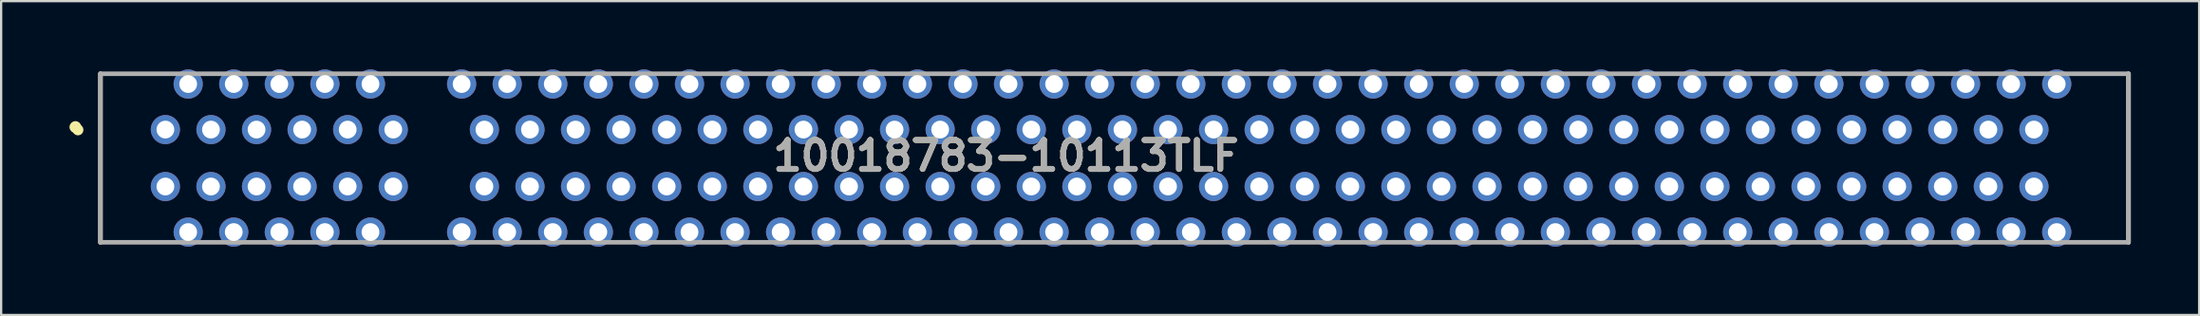
<source format=kicad_pcb>
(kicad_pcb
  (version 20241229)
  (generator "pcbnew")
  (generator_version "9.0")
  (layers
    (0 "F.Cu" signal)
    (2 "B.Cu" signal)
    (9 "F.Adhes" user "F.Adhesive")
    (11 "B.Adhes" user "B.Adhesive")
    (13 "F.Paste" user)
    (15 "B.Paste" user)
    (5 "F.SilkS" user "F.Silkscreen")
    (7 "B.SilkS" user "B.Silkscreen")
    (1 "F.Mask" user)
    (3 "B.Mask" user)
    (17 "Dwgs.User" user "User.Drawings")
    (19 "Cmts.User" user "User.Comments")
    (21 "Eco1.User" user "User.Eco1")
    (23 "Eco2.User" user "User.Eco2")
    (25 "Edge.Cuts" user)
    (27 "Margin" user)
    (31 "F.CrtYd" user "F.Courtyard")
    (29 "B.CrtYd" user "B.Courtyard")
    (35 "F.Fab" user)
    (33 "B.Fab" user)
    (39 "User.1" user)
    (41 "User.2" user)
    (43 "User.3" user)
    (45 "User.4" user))
  (footprint "10018783-10113TLF"
    (layer "F.Cu")
    (at 15.858 3.89)
    (property "Reference" "10018783-10113TLF" (at 25.24 -0.097 0) (layer "F.SilkS") (effects (font (size 1.27 1.27) (thickness 0.254))))
    (attr through_hole)
    (fp_line (start -14.5 -3.7) (end -14.5 3.7) (stroke (width 0.2) (type solid)) (layer "F.SilkS"))
    (fp_line (start 74.5 -3.7) (end 74.5 3.7) (stroke (width 0.2) (type solid)) (layer "F.SilkS"))
    (fp_circle (center -15.598 -1.36) (end -15.598 -1.2) (stroke (width 0.2) (type solid)) (fill no) (layer "F.SilkS"))
    (fp_circle (center -15.488 -1.238) (end -15.488 -1.196) (stroke (width 0.2) (type solid)) (fill no) (layer "F.SilkS"))
    (fp_line (start -14.5 -3.7) (end 74.5 -3.7) (stroke (width 0.2) (type solid)) (layer "F.Fab"))
    (fp_line (start -14.5 3.7) (end -14.5 -3.7) (stroke (width 0.2) (type solid)) (layer "F.Fab"))
    (fp_line (start 74.5 -3.7) (end 74.5 3.7) (stroke (width 0.2) (type solid)) (layer "F.Fab"))
    (fp_line (start 74.5 3.7) (end -14.5 3.7) (stroke (width 0.2) (type solid)) (layer "F.Fab"))
    (fp_text user "${REFERENCE}" (at 25.24 -0.097 0) (layer "F.Fab") (effects (font (size 1.27 1.27) (thickness 0.254))))
    (pad "" np_thru_hole circle (at 0 0) (size 0.001 0.001) (drill 2.4) (layers "*.Cu" "*.Mask"))
    (pad "" np_thru_hole circle (at 73.15 0) (size 0.001 0.001) (drill 2.4) (layers "*.Cu" "*.Mask"))
    (pad "A1" thru_hole circle (at -11.65 -1.25) (size 1.28 1.28) (drill 0.78) (layers "*.Cu" "*.Mask"))
    (pad "A2" thru_hole circle (at -10.65 -3.25) (size 1.28 1.28) (drill 0.78) (layers "*.Cu" "*.Mask"))
    (pad "A3" thru_hole circle (at -9.65 -1.25) (size 1.28 1.28) (drill 0.78) (layers "*.Cu" "*.Mask"))
    (pad "A4" thru_hole circle (at -8.65 -3.25) (size 1.28 1.28) (drill 0.78) (layers "*.Cu" "*.Mask"))
    (pad "A5" thru_hole circle (at -7.65 -1.25) (size 1.28 1.28) (drill 0.78) (layers "*.Cu" "*.Mask"))
    (pad "A6" thru_hole circle (at -6.65 -3.25) (size 1.28 1.28) (drill 0.78) (layers "*.Cu" "*.Mask"))
    (pad "A7" thru_hole circle (at -5.65 -1.25) (size 1.28 1.28) (drill 0.78) (layers "*.Cu" "*.Mask"))
    (pad "A8" thru_hole circle (at -4.65 -3.25) (size 1.28 1.28) (drill 0.78) (layers "*.Cu" "*.Mask"))
    (pad "A9" thru_hole circle (at -3.65 -1.25) (size 1.28 1.28) (drill 0.78) (layers "*.Cu" "*.Mask"))
    (pad "A10" thru_hole circle (at -2.65 -3.25) (size 1.28 1.28) (drill 0.78) (layers "*.Cu" "*.Mask"))
    (pad "A11" thru_hole circle (at -1.65 -1.25) (size 1.28 1.28) (drill 0.78) (layers "*.Cu" "*.Mask"))
    (pad "A12" thru_hole circle (at 1.35 -3.25) (size 1.28 1.28) (drill 0.78) (layers "*.Cu" "*.Mask"))
    (pad "A13" thru_hole circle (at 2.35 -1.25) (size 1.28 1.28) (drill 0.78) (layers "*.Cu" "*.Mask"))
    (pad "A14" thru_hole circle (at 3.35 -3.25) (size 1.28 1.28) (drill 0.78) (layers "*.Cu" "*.Mask"))
    (pad "A15" thru_hole circle (at 4.35 -1.25) (size 1.28 1.28) (drill 0.78) (layers "*.Cu" "*.Mask"))
    (pad "A16" thru_hole circle (at 5.35 -3.25) (size 1.28 1.28) (drill 0.78) (layers "*.Cu" "*.Mask"))
    (pad "A17" thru_hole circle (at 6.35 -1.25) (size 1.28 1.28) (drill 0.78) (layers "*.Cu" "*.Mask"))
    (pad "A18" thru_hole circle (at 7.35 -3.25) (size 1.28 1.28) (drill 0.78) (layers "*.Cu" "*.Mask"))
    (pad "A19" thru_hole circle (at 8.35 -1.25) (size 1.28 1.28) (drill 0.78) (layers "*.Cu" "*.Mask"))
    (pad "A20" thru_hole circle (at 9.35 -3.25) (size 1.28 1.28) (drill 0.78) (layers "*.Cu" "*.Mask"))
    (pad "A21" thru_hole circle (at 10.35 -1.25) (size 1.28 1.28) (drill 0.78) (layers "*.Cu" "*.Mask"))
    (pad "A22" thru_hole circle (at 11.35 -3.25) (size 1.28 1.28) (drill 0.78) (layers "*.Cu" "*.Mask"))
    (pad "A23" thru_hole circle (at 12.35 -1.25) (size 1.28 1.28) (drill 0.78) (layers "*.Cu" "*.Mask"))
    (pad "A24" thru_hole circle (at 13.35 -3.25) (size 1.28 1.28) (drill 0.78) (layers "*.Cu" "*.Mask"))
    (pad "A25" thru_hole circle (at 14.35 -1.25) (size 1.28 1.28) (drill 0.78) (layers "*.Cu" "*.Mask"))
    (pad "A26" thru_hole circle (at 15.35 -3.25) (size 1.28 1.28) (drill 0.78) (layers "*.Cu" "*.Mask"))
    (pad "A27" thru_hole circle (at 16.35 -1.25) (size 1.28 1.28) (drill 0.78) (layers "*.Cu" "*.Mask"))
    (pad "A28" thru_hole circle (at 17.35 -3.25) (size 1.28 1.28) (drill 0.78) (layers "*.Cu" "*.Mask"))
    (pad "A29" thru_hole circle (at 18.35 -1.25) (size 1.28 1.28) (drill 0.78) (layers "*.Cu" "*.Mask"))
    (pad "A30" thru_hole circle (at 19.35 -3.25) (size 1.28 1.28) (drill 0.78) (layers "*.Cu" "*.Mask"))
    (pad "A31" thru_hole circle (at 20.35 -1.25) (size 1.28 1.28) (drill 0.78) (layers "*.Cu" "*.Mask"))
    (pad "A32" thru_hole circle (at 21.35 -3.25) (size 1.28 1.28) (drill 0.78) (layers "*.Cu" "*.Mask"))
    (pad "A33" thru_hole circle (at 22.35 -1.25) (size 1.28 1.28) (drill 0.78) (layers "*.Cu" "*.Mask"))
    (pad "A34" thru_hole circle (at 23.35 -3.25) (size 1.28 1.28) (drill 0.78) (layers "*.Cu" "*.Mask"))
    (pad "A35" thru_hole circle (at 24.35 -1.25) (size 1.28 1.28) (drill 0.78) (layers "*.Cu" "*.Mask"))
    (pad "A36" thru_hole circle (at 25.35 -3.25) (size 1.28 1.28) (drill 0.78) (layers "*.Cu" "*.Mask"))
    (pad "A37" thru_hole circle (at 26.35 -1.25) (size 1.28 1.28) (drill 0.78) (layers "*.Cu" "*.Mask"))
    (pad "A38" thru_hole circle (at 27.35 -3.25) (size 1.28 1.28) (drill 0.78) (layers "*.Cu" "*.Mask"))
    (pad "A39" thru_hole circle (at 28.35 -1.25) (size 1.28 1.28) (drill 0.78) (layers "*.Cu" "*.Mask"))
    (pad "A40" thru_hole circle (at 29.35 -3.25) (size 1.28 1.28) (drill 0.78) (layers "*.Cu" "*.Mask"))
    (pad "A41" thru_hole circle (at 30.35 -1.25) (size 1.28 1.28) (drill 0.78) (layers "*.Cu" "*.Mask"))
    (pad "A42" thru_hole circle (at 31.35 -3.25) (size 1.28 1.28) (drill 0.78) (layers "*.Cu" "*.Mask"))
    (pad "A43" thru_hole circle (at 32.35 -1.25) (size 1.28 1.28) (drill 0.78) (layers "*.Cu" "*.Mask"))
    (pad "A44" thru_hole circle (at 33.35 -3.25) (size 1.28 1.28) (drill 0.78) (layers "*.Cu" "*.Mask"))
    (pad "A45" thru_hole circle (at 34.35 -1.25) (size 1.28 1.28) (drill 0.78) (layers "*.Cu" "*.Mask"))
    (pad "A46" thru_hole circle (at 35.35 -3.25) (size 1.28 1.28) (drill 0.78) (layers "*.Cu" "*.Mask"))
    (pad "A47" thru_hole circle (at 36.35 -1.25) (size 1.28 1.28) (drill 0.78) (layers "*.Cu" "*.Mask"))
    (pad "A48" thru_hole circle (at 37.35 -3.25) (size 1.28 1.28) (drill 0.78) (layers "*.Cu" "*.Mask"))
    (pad "A49" thru_hole circle (at 38.35 -1.25) (size 1.28 1.28) (drill 0.78) (layers "*.Cu" "*.Mask"))
    (pad "A50" thru_hole circle (at 39.35 -3.25) (size 1.28 1.28) (drill 0.78) (layers "*.Cu" "*.Mask"))
    (pad "A51" thru_hole circle (at 40.35 -1.25) (size 1.28 1.28) (drill 0.78) (layers "*.Cu" "*.Mask"))
    (pad "A52" thru_hole circle (at 41.35 -3.25) (size 1.28 1.28) (drill 0.78) (layers "*.Cu" "*.Mask"))
    (pad "A53" thru_hole circle (at 42.35 -1.25) (size 1.28 1.28) (drill 0.78) (layers "*.Cu" "*.Mask"))
    (pad "A54" thru_hole circle (at 43.35 -3.25) (size 1.28 1.28) (drill 0.78) (layers "*.Cu" "*.Mask"))
    (pad "A55" thru_hole circle (at 44.35 -1.25) (size 1.28 1.28) (drill 0.78) (layers "*.Cu" "*.Mask"))
    (pad "A56" thru_hole circle (at 45.35 -3.25) (size 1.28 1.28) (drill 0.78) (layers "*.Cu" "*.Mask"))
    (pad "A57" thru_hole circle (at 46.35 -1.25) (size 1.28 1.28) (drill 0.78) (layers "*.Cu" "*.Mask"))
    (pad "A58" thru_hole circle (at 47.35 -3.25) (size 1.28 1.28) (drill 0.78) (layers "*.Cu" "*.Mask"))
    (pad "A59" thru_hole circle (at 48.35 -1.25) (size 1.28 1.28) (drill 0.78) (layers "*.Cu" "*.Mask"))
    (pad "A60" thru_hole circle (at 49.35 -3.25) (size 1.28 1.28) (drill 0.78) (layers "*.Cu" "*.Mask"))
    (pad "A61" thru_hole circle (at 50.35 -1.25) (size 1.28 1.28) (drill 0.78) (layers "*.Cu" "*.Mask"))
    (pad "A62" thru_hole circle (at 51.35 -3.25) (size 1.28 1.28) (drill 0.78) (layers "*.Cu" "*.Mask"))
    (pad "A63" thru_hole circle (at 52.35 -1.25) (size 1.28 1.28) (drill 0.78) (layers "*.Cu" "*.Mask"))
    (pad "A64" thru_hole circle (at 53.35 -3.25) (size 1.28 1.28) (drill 0.78) (layers "*.Cu" "*.Mask"))
    (pad "A65" thru_hole circle (at 54.35 -1.25) (size 1.28 1.28) (drill 0.78) (layers "*.Cu" "*.Mask"))
    (pad "A66" thru_hole circle (at 55.35 -3.25) (size 1.28 1.28) (drill 0.78) (layers "*.Cu" "*.Mask"))
    (pad "A67" thru_hole circle (at 56.35 -1.25) (size 1.28 1.28) (drill 0.78) (layers "*.Cu" "*.Mask"))
    (pad "A68" thru_hole circle (at 57.35 -3.25) (size 1.28 1.28) (drill 0.78) (layers "*.Cu" "*.Mask"))
    (pad "A69" thru_hole circle (at 58.35 -1.25) (size 1.28 1.28) (drill 0.78) (layers "*.Cu" "*.Mask"))
    (pad "A70" thru_hole circle (at 59.35 -3.25) (size 1.28 1.28) (drill 0.78) (layers "*.Cu" "*.Mask"))
    (pad "A71" thru_hole circle (at 60.35 -1.25) (size 1.28 1.28) (drill 0.78) (layers "*.Cu" "*.Mask"))
    (pad "A72" thru_hole circle (at 61.35 -3.25) (size 1.28 1.28) (drill 0.78) (layers "*.Cu" "*.Mask"))
    (pad "A73" thru_hole circle (at 62.35 -1.25) (size 1.28 1.28) (drill 0.78) (layers "*.Cu" "*.Mask"))
    (pad "A74" thru_hole circle (at 63.35 -3.25) (size 1.28 1.28) (drill 0.78) (layers "*.Cu" "*.Mask"))
    (pad "A75" thru_hole circle (at 64.35 -1.25) (size 1.28 1.28) (drill 0.78) (layers "*.Cu" "*.Mask"))
    (pad "A76" thru_hole circle (at 65.35 -3.25) (size 1.28 1.28) (drill 0.78) (layers "*.Cu" "*.Mask"))
    (pad "A77" thru_hole circle (at 66.35 -1.25) (size 1.28 1.28) (drill 0.78) (layers "*.Cu" "*.Mask"))
    (pad "A78" thru_hole circle (at 67.35 -3.25) (size 1.28 1.28) (drill 0.78) (layers "*.Cu" "*.Mask"))
    (pad "A79" thru_hole circle (at 68.35 -1.25) (size 1.28 1.28) (drill 0.78) (layers "*.Cu" "*.Mask"))
    (pad "A80" thru_hole circle (at 69.35 -3.25) (size 1.28 1.28) (drill 0.78) (layers "*.Cu" "*.Mask"))
    (pad "A81" thru_hole circle (at 70.35 -1.25) (size 1.28 1.28) (drill 0.78) (layers "*.Cu" "*.Mask"))
    (pad "A82" thru_hole circle (at 71.35 -3.25) (size 1.28 1.28) (drill 0.78) (layers "*.Cu" "*.Mask"))
    (pad "B1" thru_hole circle (at -11.65 1.25) (size 1.28 1.28) (drill 0.78) (layers "*.Cu" "*.Mask"))
    (pad "B2" thru_hole circle (at -10.65 3.25) (size 1.28 1.28) (drill 0.78) (layers "*.Cu" "*.Mask"))
    (pad "B3" thru_hole circle (at -9.65 1.25) (size 1.28 1.28) (drill 0.78) (layers "*.Cu" "*.Mask"))
    (pad "B4" thru_hole circle (at -8.65 3.25) (size 1.28 1.28) (drill 0.78) (layers "*.Cu" "*.Mask"))
    (pad "B5" thru_hole circle (at -7.65 1.25) (size 1.28 1.28) (drill 0.78) (layers "*.Cu" "*.Mask"))
    (pad "B6" thru_hole circle (at -6.65 3.25) (size 1.28 1.28) (drill 0.78) (layers "*.Cu" "*.Mask"))
    (pad "B7" thru_hole circle (at -5.65 1.25) (size 1.28 1.28) (drill 0.78) (layers "*.Cu" "*.Mask"))
    (pad "B8" thru_hole circle (at -4.65 3.25) (size 1.28 1.28) (drill 0.78) (layers "*.Cu" "*.Mask"))
    (pad "B9" thru_hole circle (at -3.65 1.25) (size 1.28 1.28) (drill 0.78) (layers "*.Cu" "*.Mask"))
    (pad "B10" thru_hole circle (at -2.65 3.25) (size 1.28 1.28) (drill 0.78) (layers "*.Cu" "*.Mask"))
    (pad "B11" thru_hole circle (at -1.65 1.25) (size 1.28 1.28) (drill 0.78) (layers "*.Cu" "*.Mask"))
    (pad "B12" thru_hole circle (at 1.35 3.25) (size 1.28 1.28) (drill 0.78) (layers "*.Cu" "*.Mask"))
    (pad "B13" thru_hole circle (at 2.35 1.25) (size 1.28 1.28) (drill 0.78) (layers "*.Cu" "*.Mask"))
    (pad "B14" thru_hole circle (at 3.35 3.25) (size 1.28 1.28) (drill 0.78) (layers "*.Cu" "*.Mask"))
    (pad "B15" thru_hole circle (at 4.35 1.25) (size 1.28 1.28) (drill 0.78) (layers "*.Cu" "*.Mask"))
    (pad "B16" thru_hole circle (at 5.35 3.25) (size 1.28 1.28) (drill 0.78) (layers "*.Cu" "*.Mask"))
    (pad "B17" thru_hole circle (at 6.35 1.25) (size 1.28 1.28) (drill 0.78) (layers "*.Cu" "*.Mask"))
    (pad "B18" thru_hole circle (at 7.35 3.25) (size 1.28 1.28) (drill 0.78) (layers "*.Cu" "*.Mask"))
    (pad "B19" thru_hole circle (at 8.35 1.25) (size 1.28 1.28) (drill 0.78) (layers "*.Cu" "*.Mask"))
    (pad "B20" thru_hole circle (at 9.35 3.25) (size 1.28 1.28) (drill 0.78) (layers "*.Cu" "*.Mask"))
    (pad "B21" thru_hole circle (at 10.35 1.25) (size 1.28 1.28) (drill 0.78) (layers "*.Cu" "*.Mask"))
    (pad "B22" thru_hole circle (at 11.35 3.25) (size 1.28 1.28) (drill 0.78) (layers "*.Cu" "*.Mask"))
    (pad "B23" thru_hole circle (at 12.35 1.25) (size 1.28 1.28) (drill 0.78) (layers "*.Cu" "*.Mask"))
    (pad "B24" thru_hole circle (at 13.35 3.25) (size 1.28 1.28) (drill 0.78) (layers "*.Cu" "*.Mask"))
    (pad "B25" thru_hole circle (at 14.35 1.25) (size 1.28 1.28) (drill 0.78) (layers "*.Cu" "*.Mask"))
    (pad "B26" thru_hole circle (at 15.35 3.25) (size 1.28 1.28) (drill 0.78) (layers "*.Cu" "*.Mask"))
    (pad "B27" thru_hole circle (at 16.35 1.25) (size 1.28 1.28) (drill 0.78) (layers "*.Cu" "*.Mask"))
    (pad "B28" thru_hole circle (at 17.35 3.25) (size 1.28 1.28) (drill 0.78) (layers "*.Cu" "*.Mask"))
    (pad "B29" thru_hole circle (at 18.35 1.25) (size 1.28 1.28) (drill 0.78) (layers "*.Cu" "*.Mask"))
    (pad "B30" thru_hole circle (at 19.35 3.25) (size 1.28 1.28) (drill 0.78) (layers "*.Cu" "*.Mask"))
    (pad "B31" thru_hole circle (at 20.35 1.25) (size 1.28 1.28) (drill 0.78) (layers "*.Cu" "*.Mask"))
    (pad "B32" thru_hole circle (at 21.35 3.25) (size 1.28 1.28) (drill 0.78) (layers "*.Cu" "*.Mask"))
    (pad "B33" thru_hole circle (at 22.35 1.25) (size 1.28 1.28) (drill 0.78) (layers "*.Cu" "*.Mask"))
    (pad "B34" thru_hole circle (at 23.35 3.25) (size 1.28 1.28) (drill 0.78) (layers "*.Cu" "*.Mask"))
    (pad "B35" thru_hole circle (at 24.35 1.25) (size 1.28 1.28) (drill 0.78) (layers "*.Cu" "*.Mask"))
    (pad "B36" thru_hole circle (at 25.35 3.25) (size 1.28 1.28) (drill 0.78) (layers "*.Cu" "*.Mask"))
    (pad "B37" thru_hole circle (at 26.35 1.25) (size 1.28 1.28) (drill 0.78) (layers "*.Cu" "*.Mask"))
    (pad "B38" thru_hole circle (at 27.35 3.25) (size 1.28 1.28) (drill 0.78) (layers "*.Cu" "*.Mask"))
    (pad "B39" thru_hole circle (at 28.35 1.25) (size 1.28 1.28) (drill 0.78) (layers "*.Cu" "*.Mask"))
    (pad "B40" thru_hole circle (at 29.35 3.25) (size 1.28 1.28) (drill 0.78) (layers "*.Cu" "*.Mask"))
    (pad "B41" thru_hole circle (at 30.35 1.25) (size 1.28 1.28) (drill 0.78) (layers "*.Cu" "*.Mask"))
    (pad "B42" thru_hole circle (at 31.35 3.25) (size 1.28 1.28) (drill 0.78) (layers "*.Cu" "*.Mask"))
    (pad "B43" thru_hole circle (at 32.35 1.25) (size 1.28 1.28) (drill 0.78) (layers "*.Cu" "*.Mask"))
    (pad "B44" thru_hole circle (at 33.35 3.25) (size 1.28 1.28) (drill 0.78) (layers "*.Cu" "*.Mask"))
    (pad "B45" thru_hole circle (at 34.35 1.25) (size 1.28 1.28) (drill 0.78) (layers "*.Cu" "*.Mask"))
    (pad "B46" thru_hole circle (at 35.35 3.25) (size 1.28 1.28) (drill 0.78) (layers "*.Cu" "*.Mask"))
    (pad "B47" thru_hole circle (at 36.35 1.25) (size 1.28 1.28) (drill 0.78) (layers "*.Cu" "*.Mask"))
    (pad "B48" thru_hole circle (at 37.35 3.25) (size 1.28 1.28) (drill 0.78) (layers "*.Cu" "*.Mask"))
    (pad "B49" thru_hole circle (at 38.35 1.25) (size 1.28 1.28) (drill 0.78) (layers "*.Cu" "*.Mask"))
    (pad "B50" thru_hole circle (at 39.35 3.25) (size 1.28 1.28) (drill 0.78) (layers "*.Cu" "*.Mask"))
    (pad "B51" thru_hole circle (at 40.35 1.25) (size 1.28 1.28) (drill 0.78) (layers "*.Cu" "*.Mask"))
    (pad "B52" thru_hole circle (at 41.35 3.25) (size 1.28 1.28) (drill 0.78) (layers "*.Cu" "*.Mask"))
    (pad "B53" thru_hole circle (at 42.35 1.25) (size 1.28 1.28) (drill 0.78) (layers "*.Cu" "*.Mask"))
    (pad "B54" thru_hole circle (at 43.35 3.25) (size 1.28 1.28) (drill 0.78) (layers "*.Cu" "*.Mask"))
    (pad "B55" thru_hole circle (at 44.35 1.25) (size 1.28 1.28) (drill 0.78) (layers "*.Cu" "*.Mask"))
    (pad "B56" thru_hole circle (at 45.35 3.25) (size 1.28 1.28) (drill 0.78) (layers "*.Cu" "*.Mask"))
    (pad "B57" thru_hole circle (at 46.35 1.25) (size 1.28 1.28) (drill 0.78) (layers "*.Cu" "*.Mask"))
    (pad "B58" thru_hole circle (at 47.35 3.25) (size 1.28 1.28) (drill 0.78) (layers "*.Cu" "*.Mask"))
    (pad "B59" thru_hole circle (at 48.35 1.25) (size 1.28 1.28) (drill 0.78) (layers "*.Cu" "*.Mask"))
    (pad "B60" thru_hole circle (at 49.35 3.25) (size 1.28 1.28) (drill 0.78) (layers "*.Cu" "*.Mask"))
    (pad "B61" thru_hole circle (at 50.35 1.25) (size 1.28 1.28) (drill 0.78) (layers "*.Cu" "*.Mask"))
    (pad "B62" thru_hole circle (at 51.35 3.25) (size 1.28 1.28) (drill 0.78) (layers "*.Cu" "*.Mask"))
    (pad "B63" thru_hole circle (at 52.35 1.25) (size 1.28 1.28) (drill 0.78) (layers "*.Cu" "*.Mask"))
    (pad "B64" thru_hole circle (at 53.35 3.25) (size 1.28 1.28) (drill 0.78) (layers "*.Cu" "*.Mask"))
    (pad "B65" thru_hole circle (at 54.35 1.25) (size 1.28 1.28) (drill 0.78) (layers "*.Cu" "*.Mask"))
    (pad "B66" thru_hole circle (at 55.35 3.25) (size 1.28 1.28) (drill 0.78) (layers "*.Cu" "*.Mask"))
    (pad "B67" thru_hole circle (at 56.35 1.25) (size 1.28 1.28) (drill 0.78) (layers "*.Cu" "*.Mask"))
    (pad "B68" thru_hole circle (at 57.35 3.25) (size 1.28 1.28) (drill 0.78) (layers "*.Cu" "*.Mask"))
    (pad "B69" thru_hole circle (at 58.35 1.25) (size 1.28 1.28) (drill 0.78) (layers "*.Cu" "*.Mask"))
    (pad "B70" thru_hole circle (at 59.35 3.25) (size 1.28 1.28) (drill 0.78) (layers "*.Cu" "*.Mask"))
    (pad "B71" thru_hole circle (at 60.35 1.25) (size 1.28 1.28) (drill 0.78) (layers "*.Cu" "*.Mask"))
    (pad "B72" thru_hole circle (at 61.35 3.25) (size 1.28 1.28) (drill 0.78) (layers "*.Cu" "*.Mask"))
    (pad "B73" thru_hole circle (at 62.35 1.25) (size 1.28 1.28) (drill 0.78) (layers "*.Cu" "*.Mask"))
    (pad "B74" thru_hole circle (at 63.35 3.25) (size 1.28 1.28) (drill 0.78) (layers "*.Cu" "*.Mask"))
    (pad "B75" thru_hole circle (at 64.35 1.25) (size 1.28 1.28) (drill 0.78) (layers "*.Cu" "*.Mask"))
    (pad "B76" thru_hole circle (at 65.35 3.25) (size 1.28 1.28) (drill 0.78) (layers "*.Cu" "*.Mask"))
    (pad "B77" thru_hole circle (at 66.35 1.25) (size 1.28 1.28) (drill 0.78) (layers "*.Cu" "*.Mask"))
    (pad "B78" thru_hole circle (at 67.35 3.25) (size 1.28 1.28) (drill 0.78) (layers "*.Cu" "*.Mask"))
    (pad "B79" thru_hole circle (at 68.35 1.25) (size 1.28 1.28) (drill 0.78) (layers "*.Cu" "*.Mask"))
    (pad "B80" thru_hole circle (at 69.35 3.25) (size 1.28 1.28) (drill 0.78) (layers "*.Cu" "*.Mask"))
    (pad "B81" thru_hole circle (at 70.35 1.25) (size 1.28 1.28) (drill 0.78) (layers "*.Cu" "*.Mask"))
    (pad "B82" thru_hole circle (at 71.35 3.25) (size 1.28 1.28) (drill 0.78) (layers "*.Cu" "*.Mask")))
  (gr_rect
    (start -3 -3)
    (end 93.458 10.78)
    (stroke (width 0.1) (type default))
    (fill no)
    (layer "Edge.Cuts")))
</source>
